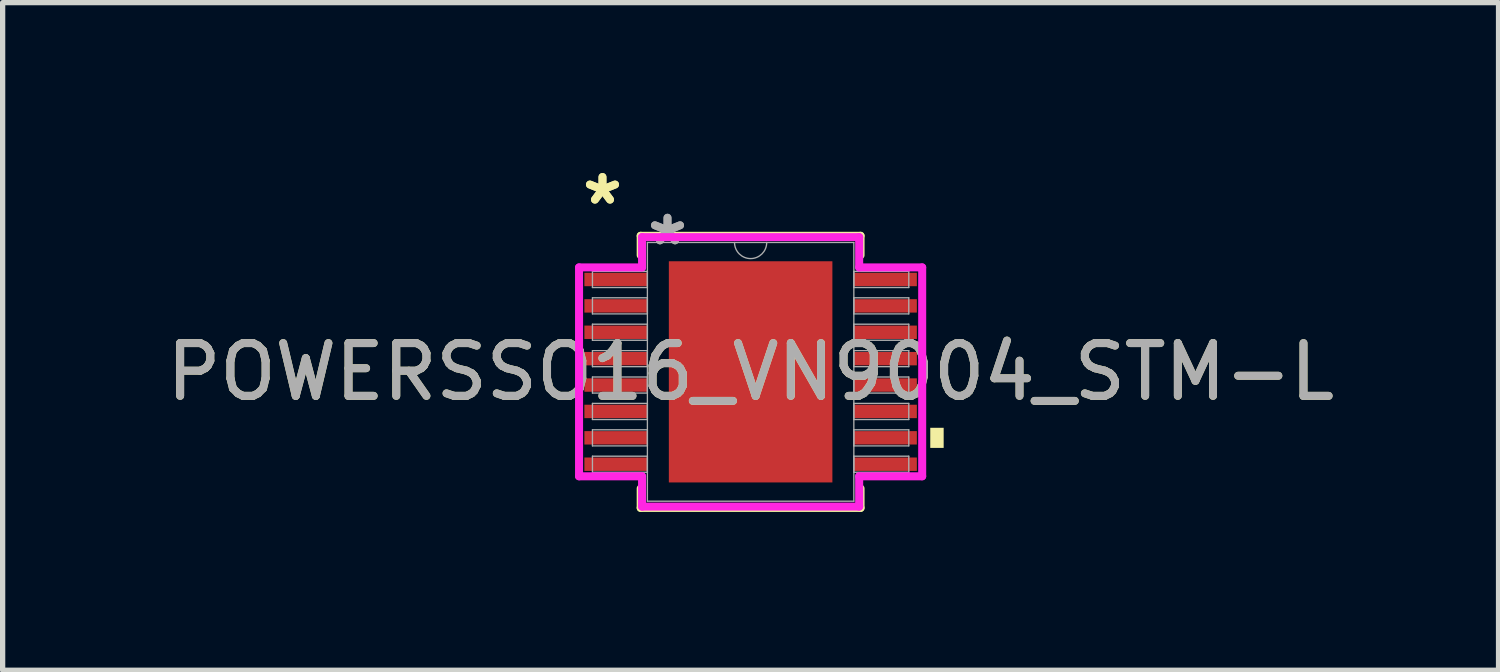
<source format=kicad_pcb>
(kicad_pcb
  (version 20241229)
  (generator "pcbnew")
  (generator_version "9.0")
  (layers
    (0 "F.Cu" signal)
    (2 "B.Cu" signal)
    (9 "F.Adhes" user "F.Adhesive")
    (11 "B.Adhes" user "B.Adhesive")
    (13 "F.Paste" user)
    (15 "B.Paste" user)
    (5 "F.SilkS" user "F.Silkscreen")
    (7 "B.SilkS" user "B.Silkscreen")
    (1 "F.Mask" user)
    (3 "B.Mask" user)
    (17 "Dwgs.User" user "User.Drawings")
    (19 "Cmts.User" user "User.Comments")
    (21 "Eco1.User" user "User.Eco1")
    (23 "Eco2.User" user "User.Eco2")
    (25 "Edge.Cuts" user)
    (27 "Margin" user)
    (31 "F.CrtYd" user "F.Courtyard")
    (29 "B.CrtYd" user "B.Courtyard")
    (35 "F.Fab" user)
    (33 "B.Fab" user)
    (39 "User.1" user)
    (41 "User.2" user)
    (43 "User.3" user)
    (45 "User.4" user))
  (footprint "POWERSSO16_VN9004_STM-L"
    (layer "F.Cu")
    (at 11.173 3.996)
    (property "Reference" "POWERSSO16_VN9004_STM-L" (at 0 0 0) (unlocked yes) (layer "F.SilkS") (effects (font (size 1 1) (thickness 0.15))))
    (attr smd)
    (fp_line (start -2.083 -2.578) (end -2.083 -2.21) (stroke (width 0.152) (type solid)) (layer "F.SilkS"))
    (fp_line (start -2.083 2.21) (end -2.083 2.578) (stroke (width 0.152) (type solid)) (layer "F.SilkS"))
    (fp_line (start -2.083 2.578) (end 2.083 2.578) (stroke (width 0.152) (type solid)) (layer "F.SilkS"))
    (fp_line (start 2.083 -2.578) (end -2.083 -2.578) (stroke (width 0.152) (type solid)) (layer "F.SilkS"))
    (fp_line (start 2.083 -2.21) (end 2.083 -2.578) (stroke (width 0.152) (type solid)) (layer "F.SilkS"))
    (fp_line (start 2.083 2.578) (end 2.083 2.21) (stroke (width 0.152) (type solid)) (layer "F.SilkS"))
    (fp_poly (pts (xy 3.658 1.06) (xy 3.658 1.441) (xy 3.404 1.441) (xy 3.404 1.06)) (stroke (width 0) (type solid)) (fill yes) (layer "F.SilkS"))
    (fp_poly (pts (xy -1.449 -1.996) (xy -1.449 -0.798) (xy -0.1 -0.798) (xy -0.1 -1.996)) (stroke (width 0) (type solid)) (fill yes) (layer "F.Paste"))
    (fp_poly (pts (xy -1.449 -0.599) (xy -1.449 0.599) (xy -0.1 0.599) (xy -0.1 -0.599)) (stroke (width 0) (type solid)) (fill yes) (layer "F.Paste"))
    (fp_poly (pts (xy -1.449 0.798) (xy -1.449 1.996) (xy -0.1 1.996) (xy -0.1 0.798)) (stroke (width 0) (type solid)) (fill yes) (layer "F.Paste"))
    (fp_poly (pts (xy 0.1 -1.996) (xy 0.1 -0.798) (xy 1.449 -0.798) (xy 1.449 -1.996)) (stroke (width 0) (type solid)) (fill yes) (layer "F.Paste"))
    (fp_poly (pts (xy 0.1 -0.599) (xy 0.1 0.599) (xy 1.449 0.599) (xy 1.449 -0.599)) (stroke (width 0) (type solid)) (fill yes) (layer "F.Paste"))
    (fp_poly (pts (xy 0.1 0.798) (xy 0.1 1.996) (xy 1.449 1.996) (xy 1.449 0.798)) (stroke (width 0) (type solid)) (fill yes) (layer "F.Paste"))
    (fp_line (start -3.251 -1.979) (end -2.057 -1.979) (stroke (width 0.152) (type solid)) (layer "F.CrtYd"))
    (fp_line (start -3.251 1.979) (end -3.251 -1.979) (stroke (width 0.152) (type solid)) (layer "F.CrtYd"))
    (fp_line (start -3.251 1.979) (end -2.057 1.979) (stroke (width 0.152) (type solid)) (layer "F.CrtYd"))
    (fp_line (start -2.057 -2.553) (end 2.057 -2.553) (stroke (width 0.152) (type solid)) (layer "F.CrtYd"))
    (fp_line (start -2.057 -1.979) (end -2.057 -2.553) (stroke (width 0.152) (type solid)) (layer "F.CrtYd"))
    (fp_line (start -2.057 2.553) (end -2.057 1.979) (stroke (width 0.152) (type solid)) (layer "F.CrtYd"))
    (fp_line (start 2.057 -2.553) (end 2.057 -1.979) (stroke (width 0.152) (type solid)) (layer "F.CrtYd"))
    (fp_line (start 2.057 1.979) (end 2.057 2.553) (stroke (width 0.152) (type solid)) (layer "F.CrtYd"))
    (fp_line (start 2.057 2.553) (end -2.057 2.553) (stroke (width 0.152) (type solid)) (layer "F.CrtYd"))
    (fp_line (start 3.251 -1.979) (end 2.057 -1.979) (stroke (width 0.152) (type solid)) (layer "F.CrtYd"))
    (fp_line (start 3.251 -1.979) (end 3.251 1.979) (stroke (width 0.152) (type solid)) (layer "F.CrtYd"))
    (fp_line (start 3.251 1.979) (end 2.057 1.979) (stroke (width 0.152) (type solid)) (layer "F.CrtYd"))
    (fp_line (start -2.997 -1.903) (end -2.997 -1.598) (stroke (width 0.025) (type solid)) (layer "F.Fab"))
    (fp_line (start -2.997 -1.598) (end -1.956 -1.598) (stroke (width 0.025) (type solid)) (layer "F.Fab"))
    (fp_line (start -2.997 -1.403) (end -2.997 -1.098) (stroke (width 0.025) (type solid)) (layer "F.Fab"))
    (fp_line (start -2.997 -1.098) (end -1.956 -1.098) (stroke (width 0.025) (type solid)) (layer "F.Fab"))
    (fp_line (start -2.997 -0.903) (end -2.997 -0.598) (stroke (width 0.025) (type solid)) (layer "F.Fab"))
    (fp_line (start -2.997 -0.598) (end -1.956 -0.598) (stroke (width 0.025) (type solid)) (layer "F.Fab"))
    (fp_line (start -2.997 -0.402) (end -2.997 -0.098) (stroke (width 0.025) (type solid)) (layer "F.Fab"))
    (fp_line (start -2.997 -0.098) (end -1.956 -0.098) (stroke (width 0.025) (type solid)) (layer "F.Fab"))
    (fp_line (start -2.997 0.098) (end -2.997 0.402) (stroke (width 0.025) (type solid)) (layer "F.Fab"))
    (fp_line (start -2.997 0.402) (end -1.956 0.402) (stroke (width 0.025) (type solid)) (layer "F.Fab"))
    (fp_line (start -2.997 0.598) (end -2.997 0.903) (stroke (width 0.025) (type solid)) (layer "F.Fab"))
    (fp_line (start -2.997 0.903) (end -1.956 0.903) (stroke (width 0.025) (type solid)) (layer "F.Fab"))
    (fp_line (start -2.997 1.098) (end -2.997 1.403) (stroke (width 0.025) (type solid)) (layer "F.Fab"))
    (fp_line (start -2.997 1.403) (end -1.956 1.403) (stroke (width 0.025) (type solid)) (layer "F.Fab"))
    (fp_line (start -2.997 1.598) (end -2.997 1.903) (stroke (width 0.025) (type solid)) (layer "F.Fab"))
    (fp_line (start -2.997 1.903) (end -1.956 1.903) (stroke (width 0.025) (type solid)) (layer "F.Fab"))
    (fp_line (start -1.956 -2.451) (end -1.956 2.451) (stroke (width 0.025) (type solid)) (layer "F.Fab"))
    (fp_line (start -1.956 -1.903) (end -2.997 -1.903) (stroke (width 0.025) (type solid)) (layer "F.Fab"))
    (fp_line (start -1.956 -1.598) (end -1.956 -1.903) (stroke (width 0.025) (type solid)) (layer "F.Fab"))
    (fp_line (start -1.956 -1.403) (end -2.997 -1.403) (stroke (width 0.025) (type solid)) (layer "F.Fab"))
    (fp_line (start -1.956 -1.098) (end -1.956 -1.403) (stroke (width 0.025) (type solid)) (layer "F.Fab"))
    (fp_line (start -1.956 -0.903) (end -2.997 -0.903) (stroke (width 0.025) (type solid)) (layer "F.Fab"))
    (fp_line (start -1.956 -0.598) (end -1.956 -0.903) (stroke (width 0.025) (type solid)) (layer "F.Fab"))
    (fp_line (start -1.956 -0.402) (end -2.997 -0.402) (stroke (width 0.025) (type solid)) (layer "F.Fab"))
    (fp_line (start -1.956 -0.098) (end -1.956 -0.402) (stroke (width 0.025) (type solid)) (layer "F.Fab"))
    (fp_line (start -1.956 0.098) (end -2.997 0.098) (stroke (width 0.025) (type solid)) (layer "F.Fab"))
    (fp_line (start -1.956 0.402) (end -1.956 0.098) (stroke (width 0.025) (type solid)) (layer "F.Fab"))
    (fp_line (start -1.956 0.598) (end -2.997 0.598) (stroke (width 0.025) (type solid)) (layer "F.Fab"))
    (fp_line (start -1.956 0.903) (end -1.956 0.598) (stroke (width 0.025) (type solid)) (layer "F.Fab"))
    (fp_line (start -1.956 1.098) (end -2.997 1.098) (stroke (width 0.025) (type solid)) (layer "F.Fab"))
    (fp_line (start -1.956 1.403) (end -1.956 1.098) (stroke (width 0.025) (type solid)) (layer "F.Fab"))
    (fp_line (start -1.956 1.598) (end -2.997 1.598) (stroke (width 0.025) (type solid)) (layer "F.Fab"))
    (fp_line (start -1.956 1.903) (end -1.956 1.598) (stroke (width 0.025) (type solid)) (layer "F.Fab"))
    (fp_line (start -1.956 2.451) (end 1.956 2.451) (stroke (width 0.025) (type solid)) (layer "F.Fab"))
    (fp_line (start 1.956 -2.451) (end -1.956 -2.451) (stroke (width 0.025) (type solid)) (layer "F.Fab"))
    (fp_line (start 1.956 -1.903) (end 1.956 -1.598) (stroke (width 0.025) (type solid)) (layer "F.Fab"))
    (fp_line (start 1.956 -1.598) (end 2.997 -1.598) (stroke (width 0.025) (type solid)) (layer "F.Fab"))
    (fp_line (start 1.956 -1.403) (end 1.956 -1.098) (stroke (width 0.025) (type solid)) (layer "F.Fab"))
    (fp_line (start 1.956 -1.098) (end 2.997 -1.098) (stroke (width 0.025) (type solid)) (layer "F.Fab"))
    (fp_line (start 1.956 -0.903) (end 1.956 -0.598) (stroke (width 0.025) (type solid)) (layer "F.Fab"))
    (fp_line (start 1.956 -0.598) (end 2.997 -0.598) (stroke (width 0.025) (type solid)) (layer "F.Fab"))
    (fp_line (start 1.956 -0.402) (end 1.956 -0.098) (stroke (width 0.025) (type solid)) (layer "F.Fab"))
    (fp_line (start 1.956 -0.098) (end 2.997 -0.098) (stroke (width 0.025) (type solid)) (layer "F.Fab"))
    (fp_line (start 1.956 0.098) (end 1.956 0.402) (stroke (width 0.025) (type solid)) (layer "F.Fab"))
    (fp_line (start 1.956 0.402) (end 2.997 0.402) (stroke (width 0.025) (type solid)) (layer "F.Fab"))
    (fp_line (start 1.956 0.598) (end 1.956 0.903) (stroke (width 0.025) (type solid)) (layer "F.Fab"))
    (fp_line (start 1.956 0.903) (end 2.997 0.903) (stroke (width 0.025) (type solid)) (layer "F.Fab"))
    (fp_line (start 1.956 1.098) (end 1.956 1.403) (stroke (width 0.025) (type solid)) (layer "F.Fab"))
    (fp_line (start 1.956 1.403) (end 2.997 1.403) (stroke (width 0.025) (type solid)) (layer "F.Fab"))
    (fp_line (start 1.956 1.598) (end 1.956 1.903) (stroke (width 0.025) (type solid)) (layer "F.Fab"))
    (fp_line (start 1.956 1.903) (end 2.997 1.903) (stroke (width 0.025) (type solid)) (layer "F.Fab"))
    (fp_line (start 1.956 2.451) (end 1.956 -2.451) (stroke (width 0.025) (type solid)) (layer "F.Fab"))
    (fp_line (start 2.997 -1.903) (end 1.956 -1.903) (stroke (width 0.025) (type solid)) (layer "F.Fab"))
    (fp_line (start 2.997 -1.598) (end 2.997 -1.903) (stroke (width 0.025) (type solid)) (layer "F.Fab"))
    (fp_line (start 2.997 -1.403) (end 1.956 -1.403) (stroke (width 0.025) (type solid)) (layer "F.Fab"))
    (fp_line (start 2.997 -1.098) (end 2.997 -1.403) (stroke (width 0.025) (type solid)) (layer "F.Fab"))
    (fp_line (start 2.997 -0.903) (end 1.956 -0.903) (stroke (width 0.025) (type solid)) (layer "F.Fab"))
    (fp_line (start 2.997 -0.598) (end 2.997 -0.903) (stroke (width 0.025) (type solid)) (layer "F.Fab"))
    (fp_line (start 2.997 -0.402) (end 1.956 -0.402) (stroke (width 0.025) (type solid)) (layer "F.Fab"))
    (fp_line (start 2.997 -0.098) (end 2.997 -0.402) (stroke (width 0.025) (type solid)) (layer "F.Fab"))
    (fp_line (start 2.997 0.098) (end 1.956 0.098) (stroke (width 0.025) (type solid)) (layer "F.Fab"))
    (fp_line (start 2.997 0.402) (end 2.997 0.098) (stroke (width 0.025) (type solid)) (layer "F.Fab"))
    (fp_line (start 2.997 0.598) (end 1.956 0.598) (stroke (width 0.025) (type solid)) (layer "F.Fab"))
    (fp_line (start 2.997 0.903) (end 2.997 0.598) (stroke (width 0.025) (type solid)) (layer "F.Fab"))
    (fp_line (start 2.997 1.098) (end 1.956 1.098) (stroke (width 0.025) (type solid)) (layer "F.Fab"))
    (fp_line (start 2.997 1.403) (end 2.997 1.098) (stroke (width 0.025) (type solid)) (layer "F.Fab"))
    (fp_line (start 2.997 1.598) (end 1.956 1.598) (stroke (width 0.025) (type solid)) (layer "F.Fab"))
    (fp_line (start 2.997 1.903) (end 2.997 1.598) (stroke (width 0.025) (type solid)) (layer "F.Fab"))
    (fp_arc (start 0.3048 -2.4511) (mid 0 -2.1463) (end -0.3048 -2.4511) (stroke (width 0.0254) (type solid)) (layer "F.Fab"))
    (fp_text user "*" (at -2.807 -3.147 0) (unlocked yes) (layer "F.SilkS") (effects (font (size 1 1) (thickness 0.15))))
    (fp_text user "*" (at -2.807 -3.147 0) (layer "F.SilkS") (effects (font (size 1 1) (thickness 0.15))))
    (fp_text user "*" (at -1.575 -2.375 0) (layer "F.Fab") (effects (font (size 1 1) (thickness 0.15))))
    (fp_text user "*" (at -1.575 -2.375 0) (unlocked yes) (layer "F.Fab") (effects (font (size 1 1) (thickness 0.15))))
    (fp_text user "${REFERENCE}" (at 0 0 0) (unlocked yes) (layer "F.Fab") (effects (font (size 1 1) (thickness 0.15))))
    (pad "1" smd rect (at -2.553 -1.75) (size 1.194 0.254) (layers "F.Cu" "F.Mask" "F.Paste"))
    (pad "2" smd rect (at -2.553 -1.25) (size 1.194 0.254) (layers "F.Cu" "F.Mask" "F.Paste"))
    (pad "3" smd rect (at -2.553 -0.75) (size 1.194 0.254) (layers "F.Cu" "F.Mask" "F.Paste"))
    (pad "4" smd rect (at -2.553 -0.25) (size 1.194 0.254) (layers "F.Cu" "F.Mask" "F.Paste"))
    (pad "5" smd rect (at -2.553 0.25) (size 1.194 0.254) (layers "F.Cu" "F.Mask" "F.Paste"))
    (pad "6" smd rect (at -2.553 0.75) (size 1.194 0.254) (layers "F.Cu" "F.Mask" "F.Paste"))
    (pad "7" smd rect (at -2.553 1.25) (size 1.194 0.254) (layers "F.Cu" "F.Mask" "F.Paste"))
    (pad "8" smd rect (at -2.553 1.75) (size 1.194 0.254) (layers "F.Cu" "F.Mask" "F.Paste"))
    (pad "9" smd rect (at 2.553 1.75) (size 1.194 0.254) (layers "F.Cu" "F.Mask" "F.Paste"))
    (pad "10" smd rect (at 2.553 1.25) (size 1.194 0.254) (layers "F.Cu" "F.Mask" "F.Paste"))
    (pad "11" smd rect (at 2.553 0.75) (size 1.194 0.254) (layers "F.Cu" "F.Mask" "F.Paste"))
    (pad "12" smd rect (at 2.553 0.25) (size 1.194 0.254) (layers "F.Cu" "F.Mask" "F.Paste"))
    (pad "13" smd rect (at 2.553 -0.25) (size 1.194 0.254) (layers "F.Cu" "F.Mask" "F.Paste"))
    (pad "14" smd rect (at 2.553 -0.75) (size 1.194 0.254) (layers "F.Cu" "F.Mask" "F.Paste"))
    (pad "15" smd rect (at 2.553 -1.25) (size 1.194 0.254) (layers "F.Cu" "F.Mask" "F.Paste"))
    (pad "16" smd rect (at 2.553 -1.75) (size 1.194 0.254) (layers "F.Cu" "F.Mask" "F.Paste"))
    (pad "17" smd rect (at 0 0) (size 3.099 4.191) (layers "F.Cu" "F.Mask")))
  (gr_rect
    (start -3 -3)
    (end 25.345 9.65)
    (stroke (width 0.1) (type default))
    (fill no)
    (layer "Edge.Cuts")))
</source>
